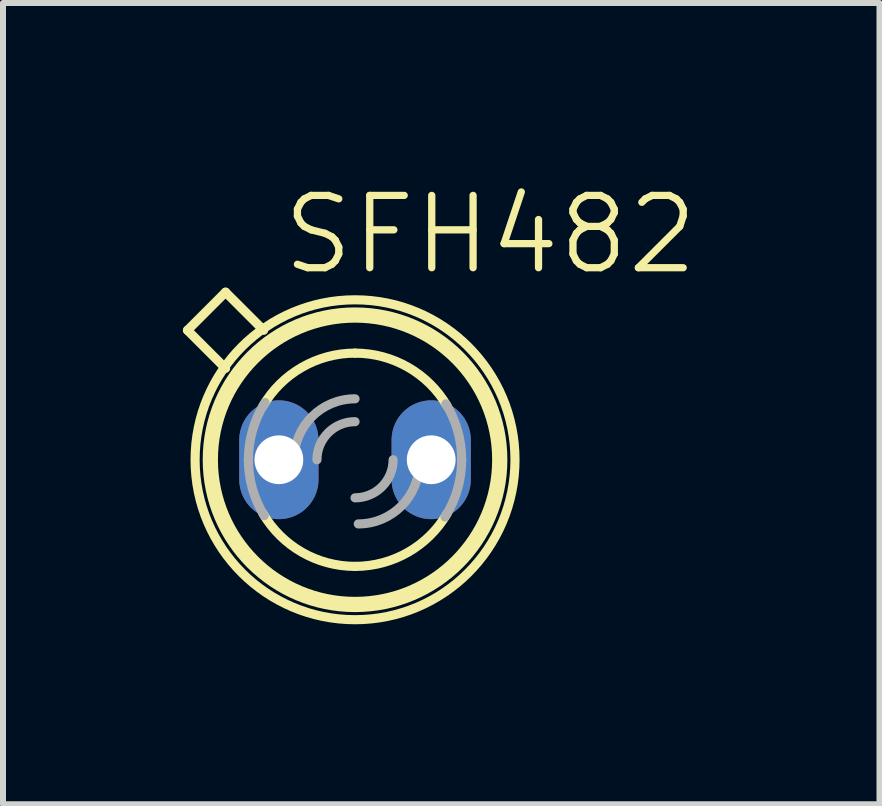
<source format=kicad_pcb>
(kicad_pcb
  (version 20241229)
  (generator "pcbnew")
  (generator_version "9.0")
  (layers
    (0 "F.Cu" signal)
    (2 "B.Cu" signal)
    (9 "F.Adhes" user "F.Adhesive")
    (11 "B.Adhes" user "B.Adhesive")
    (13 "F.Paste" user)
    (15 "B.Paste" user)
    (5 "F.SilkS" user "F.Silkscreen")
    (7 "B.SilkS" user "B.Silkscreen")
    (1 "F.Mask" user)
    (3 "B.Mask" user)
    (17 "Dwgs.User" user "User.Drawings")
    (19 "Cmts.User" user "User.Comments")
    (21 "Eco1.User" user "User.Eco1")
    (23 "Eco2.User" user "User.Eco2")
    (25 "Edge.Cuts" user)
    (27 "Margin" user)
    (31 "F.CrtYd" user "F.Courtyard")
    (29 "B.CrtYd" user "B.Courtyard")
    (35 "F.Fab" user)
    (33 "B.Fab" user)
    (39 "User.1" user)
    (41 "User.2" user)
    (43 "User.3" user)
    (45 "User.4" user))
  (footprint "SFH482"
    (layer "F.Cu")
    (at 2.87 4.616)
    (property "Reference" "SFH482" (at -1.27 -3.048 0) (layer "F.SilkS") (effects (font (size 1.206 1.206) (thickness 0.121)) (justify left bottom)))
    (attr through_hole)
    (fp_line (start -2.794 -2.159) (end -2.159 -2.794) (stroke (width 0.152) (type solid)) (layer "F.SilkS"))
    (fp_line (start -2.159 -1.524) (end -2.794 -2.159) (stroke (width 0.152) (type solid)) (layer "F.SilkS"))
    (fp_line (start -1.524 -2.159) (end -2.159 -2.794) (stroke (width 0.152) (type solid)) (layer "F.SilkS"))
    (fp_arc (start -1.5358 -0.8959) (mid -0.88555 -1.541787) (end 0 -1.778) (stroke (width 0.1524) (type solid)) (layer "F.SilkS"))
    (fp_arc (start 0 -1.778) (mid 0.88555 -1.541786) (end 1.5358 -0.8959) (stroke (width 0.1524) (type solid)) (layer "F.SilkS"))
    (fp_arc (start 0 1.778) (mid -0.88555 1.541786) (end -1.5358 0.8959) (stroke (width 0.1524) (type solid)) (layer "F.SilkS"))
    (fp_arc (start 1.5358 0.8959) (mid 0.88555 1.541787) (end 0 1.778) (stroke (width 0.1524) (type solid)) (layer "F.SilkS"))
    (fp_circle (center 0 0) (end 2.413 0) (stroke (width 0.254) (type solid)) (fill no) (layer "F.SilkS"))
    (fp_circle (center 0 0) (end 2.667 0) (stroke (width 0.152) (type solid)) (fill no) (layer "F.SilkS"))
    (fp_arc (start -1.778 0) (mid -1.707084 -0.497127) (end -1.500001 -0.9546) (stroke (width 0.1524) (type solid)) (layer "F.Fab"))
    (fp_arc (start -1.5142 0.9318) (mid -1.710762 0.484206) (end -1.778 0) (stroke (width 0.1524) (type solid)) (layer "F.Fab"))
    (fp_arc (start -1.016 0) (mid -0.71842 -0.71842) (end 0 -1.016) (stroke (width 0.1524) (type solid)) (layer "F.Fab"))
    (fp_arc (start -0.635 0) (mid -0.449013 -0.449013) (end 0 -0.635) (stroke (width 0.1524) (type solid)) (layer "F.Fab"))
    (fp_arc (start 0.635 0) (mid 0.449013 0.449013) (end 0 0.635) (stroke (width 0.1524) (type solid)) (layer "F.Fab"))
    (fp_arc (start 1.0699 0.053898) (mid 0.772321 0.772319) (end 0.0539 1.0699) (stroke (width 0.1524) (type solid)) (layer "F.Fab"))
    (fp_arc (start 1.5142 -0.9318) (mid 1.710762 -0.484206) (end 1.778 0) (stroke (width 0.1524) (type solid)) (layer "F.Fab"))
    (fp_arc (start 1.777999 0) (mid 1.707083 0.497127) (end 1.5 0.9546) (stroke (width 0.1524) (type solid)) (layer "F.Fab"))
    (pad "A" thru_hole oval (at -1.27 0 90) (size 1.981 1.321) (drill 0.813) (layers "*.Cu" "*.Mask"))
    (pad "K" thru_hole oval (at 1.27 0 90) (size 1.981 1.321) (drill 0.813) (layers "*.Cu" "*.Mask")))
  (gr_rect
    (start -3 -3)
    (end 11.615 10.36)
    (stroke (width 0.1) (type default))
    (fill no)
    (layer "Edge.Cuts")))
</source>
